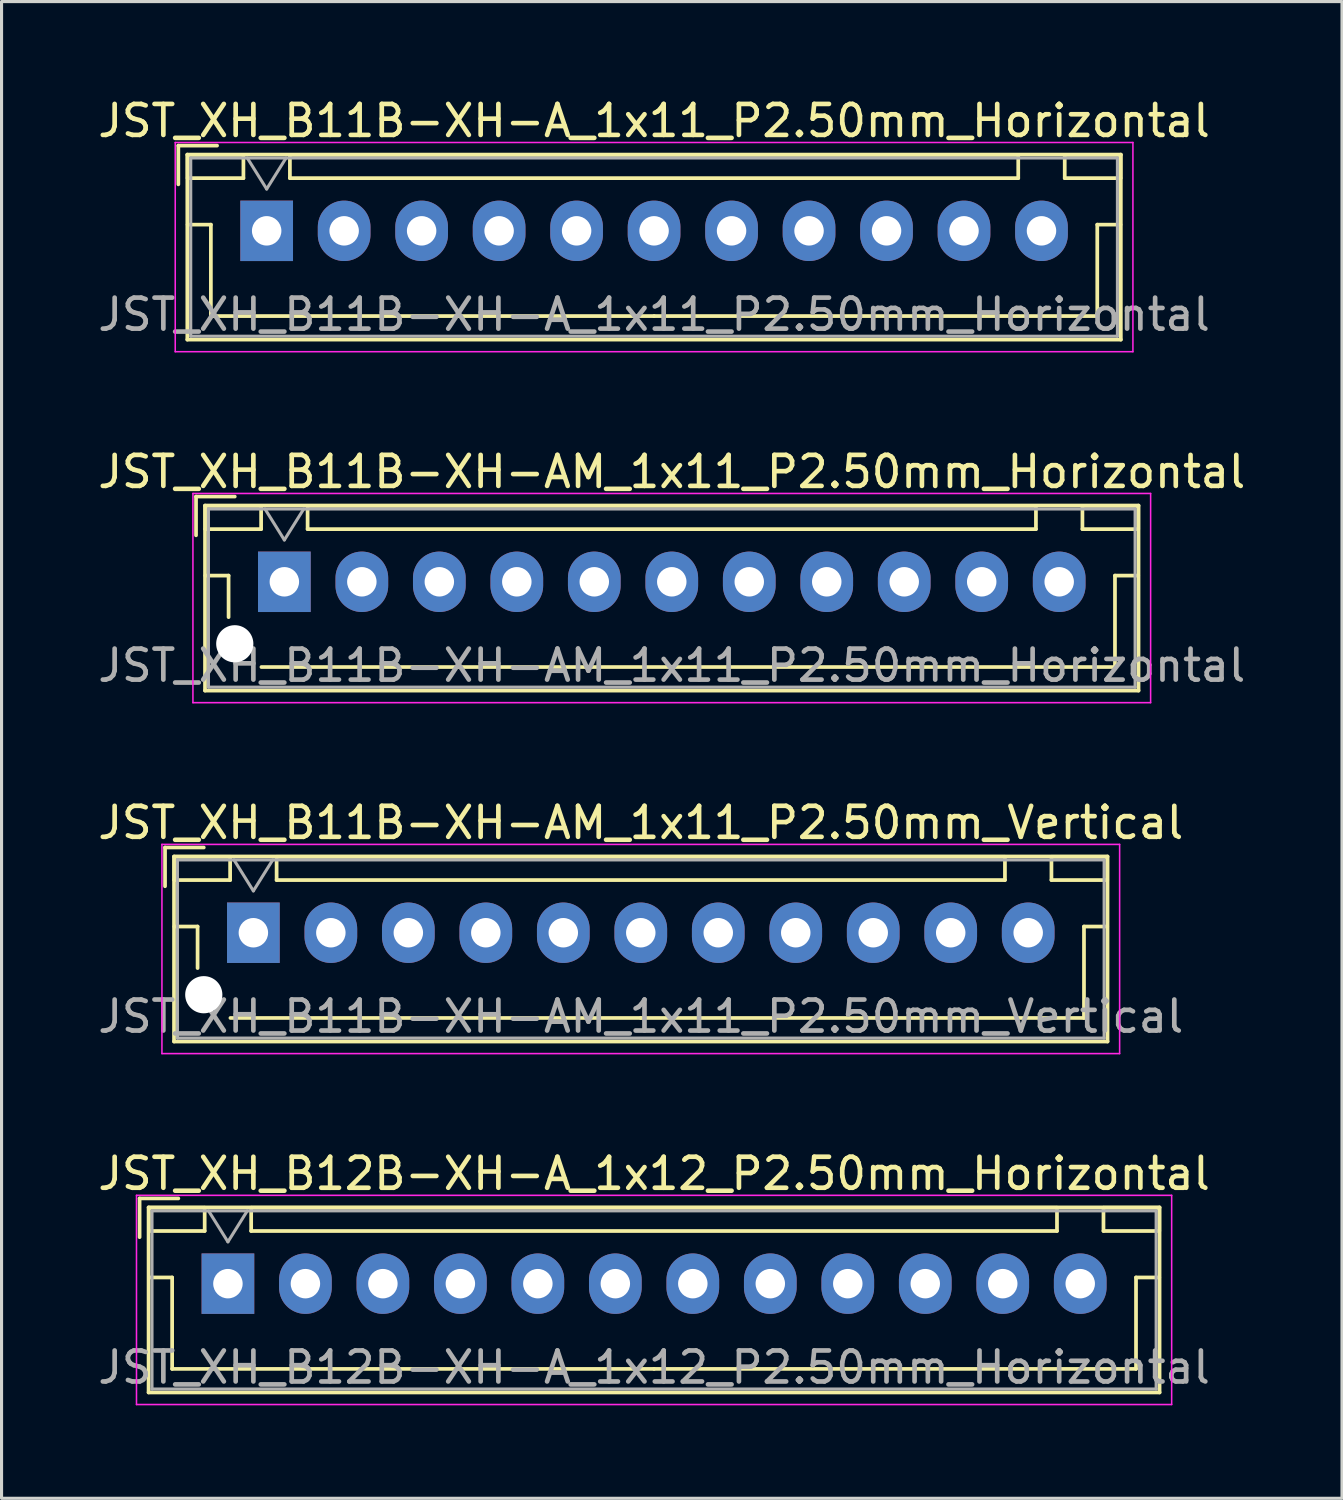
<source format=kicad_pcb>
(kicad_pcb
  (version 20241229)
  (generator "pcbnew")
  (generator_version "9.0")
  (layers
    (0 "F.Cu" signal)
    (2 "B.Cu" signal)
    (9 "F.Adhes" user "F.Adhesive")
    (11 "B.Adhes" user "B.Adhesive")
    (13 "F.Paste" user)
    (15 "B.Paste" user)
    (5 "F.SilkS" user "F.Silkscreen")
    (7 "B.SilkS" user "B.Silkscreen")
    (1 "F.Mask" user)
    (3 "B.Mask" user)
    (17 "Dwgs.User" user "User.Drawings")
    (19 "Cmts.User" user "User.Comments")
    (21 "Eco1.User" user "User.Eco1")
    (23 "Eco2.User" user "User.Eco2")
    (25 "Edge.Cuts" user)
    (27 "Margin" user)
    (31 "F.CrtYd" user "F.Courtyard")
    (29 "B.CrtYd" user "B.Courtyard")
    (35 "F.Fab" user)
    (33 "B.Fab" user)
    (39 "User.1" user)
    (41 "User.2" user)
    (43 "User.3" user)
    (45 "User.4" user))
  (footprint "JST_XH_B11B-XH-AM_1x11_P2.50mm_Vertical"
    (layer "F.Cu")
    (at 5.125 27.045)
    (property "Reference" "JST_XH_B11B-XH-AM_1x11_P2.50mm_Vertical" (at 12.5 -3.55 0) (layer "F.SilkS") (effects (font (size 1 1) (thickness 0.15))))
    (attr through_hole)
    (fp_line (start -2.85 -2.75) (end -2.85 -1.5) (stroke (width 0.12) (type solid)) (layer "F.SilkS"))
    (fp_line (start -2.56 -2.46) (end -2.56 3.51) (stroke (width 0.12) (type solid)) (layer "F.SilkS"))
    (fp_line (start -2.56 3.51) (end 27.56 3.51) (stroke (width 0.12) (type solid)) (layer "F.SilkS"))
    (fp_line (start -2.55 -2.45) (end -2.55 -1.7) (stroke (width 0.12) (type solid)) (layer "F.SilkS"))
    (fp_line (start -2.55 -1.7) (end -0.75 -1.7) (stroke (width 0.12) (type solid)) (layer "F.SilkS"))
    (fp_line (start -2.55 -0.2) (end -1.8 -0.2) (stroke (width 0.12) (type solid)) (layer "F.SilkS"))
    (fp_line (start -1.8 -0.2) (end -1.8 1.14) (stroke (width 0.12) (type solid)) (layer "F.SilkS"))
    (fp_line (start -1.6 -2.75) (end -2.85 -2.75) (stroke (width 0.12) (type solid)) (layer "F.SilkS"))
    (fp_line (start -0.75 -2.45) (end -2.55 -2.45) (stroke (width 0.12) (type solid)) (layer "F.SilkS"))
    (fp_line (start -0.75 -1.7) (end -0.75 -2.45) (stroke (width 0.12) (type solid)) (layer "F.SilkS"))
    (fp_line (start 0.75 -2.45) (end 0.75 -1.7) (stroke (width 0.12) (type solid)) (layer "F.SilkS"))
    (fp_line (start 0.75 -1.7) (end 24.25 -1.7) (stroke (width 0.12) (type solid)) (layer "F.SilkS"))
    (fp_line (start 12.5 2.75) (end -0.74 2.75) (stroke (width 0.12) (type solid)) (layer "F.SilkS"))
    (fp_line (start 24.25 -2.45) (end 0.75 -2.45) (stroke (width 0.12) (type solid)) (layer "F.SilkS"))
    (fp_line (start 24.25 -1.7) (end 24.25 -2.45) (stroke (width 0.12) (type solid)) (layer "F.SilkS"))
    (fp_line (start 25.75 -2.45) (end 25.75 -1.7) (stroke (width 0.12) (type solid)) (layer "F.SilkS"))
    (fp_line (start 25.75 -1.7) (end 27.55 -1.7) (stroke (width 0.12) (type solid)) (layer "F.SilkS"))
    (fp_line (start 26.8 -0.2) (end 26.8 2.75) (stroke (width 0.12) (type solid)) (layer "F.SilkS"))
    (fp_line (start 26.8 2.75) (end 12.5 2.75) (stroke (width 0.12) (type solid)) (layer "F.SilkS"))
    (fp_line (start 27.55 -2.45) (end 25.75 -2.45) (stroke (width 0.12) (type solid)) (layer "F.SilkS"))
    (fp_line (start 27.55 -1.7) (end 27.55 -2.45) (stroke (width 0.12) (type solid)) (layer "F.SilkS"))
    (fp_line (start 27.55 -0.2) (end 26.8 -0.2) (stroke (width 0.12) (type solid)) (layer "F.SilkS"))
    (fp_line (start 27.56 -2.46) (end -2.56 -2.46) (stroke (width 0.12) (type solid)) (layer "F.SilkS"))
    (fp_line (start 27.56 3.51) (end 27.56 -2.46) (stroke (width 0.12) (type solid)) (layer "F.SilkS"))
    (fp_line (start -2.95 -2.85) (end -2.95 3.9) (stroke (width 0.05) (type solid)) (layer "F.CrtYd"))
    (fp_line (start -2.95 3.9) (end 27.95 3.9) (stroke (width 0.05) (type solid)) (layer "F.CrtYd"))
    (fp_line (start 27.95 -2.85) (end -2.95 -2.85) (stroke (width 0.05) (type solid)) (layer "F.CrtYd"))
    (fp_line (start 27.95 3.9) (end 27.95 -2.85) (stroke (width 0.05) (type solid)) (layer "F.CrtYd"))
    (fp_line (start -2.45 -2.35) (end -2.45 3.4) (stroke (width 0.1) (type solid)) (layer "F.Fab"))
    (fp_line (start -2.45 3.4) (end 27.45 3.4) (stroke (width 0.1) (type solid)) (layer "F.Fab"))
    (fp_line (start -0.625 -2.35) (end 0 -1.35) (stroke (width 0.1) (type solid)) (layer "F.Fab"))
    (fp_line (start 0 -1.35) (end 0.625 -2.35) (stroke (width 0.1) (type solid)) (layer "F.Fab"))
    (fp_line (start 27.45 -2.35) (end -2.45 -2.35) (stroke (width 0.1) (type solid)) (layer "F.Fab"))
    (fp_line (start 27.45 3.4) (end 27.45 -2.35) (stroke (width 0.1) (type solid)) (layer "F.Fab"))
    (fp_text user "${REFERENCE}" (at 12.5 2.7 0) (layer "F.Fab") (effects (font (size 1 1) (thickness 0.15))))
    (pad "" np_thru_hole circle (at -1.6 2) (size 1.2 1.2) (drill 1.2) (layers "*.Cu" "*.Mask"))
    (pad "1" thru_hole rect (at 0 0) (size 1.7 1.95) (drill 0.95) (layers "*.Cu" "*.Mask"))
    (pad "2" thru_hole oval (at 2.5 0) (size 1.7 1.95) (drill 0.95) (layers "*.Cu" "*.Mask"))
    (pad "3" thru_hole oval (at 5 0) (size 1.7 1.95) (drill 0.95) (layers "*.Cu" "*.Mask"))
    (pad "4" thru_hole oval (at 7.5 0) (size 1.7 1.95) (drill 0.95) (layers "*.Cu" "*.Mask"))
    (pad "5" thru_hole oval (at 10 0) (size 1.7 1.95) (drill 0.95) (layers "*.Cu" "*.Mask"))
    (pad "6" thru_hole oval (at 12.5 0) (size 1.7 1.95) (drill 0.95) (layers "*.Cu" "*.Mask"))
    (pad "7" thru_hole oval (at 15 0) (size 1.7 1.95) (drill 0.95) (layers "*.Cu" "*.Mask"))
    (pad "8" thru_hole oval (at 17.5 0) (size 1.7 1.95) (drill 0.95) (layers "*.Cu" "*.Mask"))
    (pad "9" thru_hole oval (at 20 0) (size 1.7 1.95) (drill 0.95) (layers "*.Cu" "*.Mask"))
    (pad "10" thru_hole oval (at 22.5 0) (size 1.7 1.95) (drill 0.95) (layers "*.Cu" "*.Mask"))
    (pad "11" thru_hole oval (at 25 0) (size 1.7 1.95) (drill 0.95) (layers "*.Cu" "*.Mask")))
  (footprint "JST_XH_B12B-XH-A_1x12_P2.50mm_Horizontal"
    (layer "F.Cu")
    (at 4.304 38.368)
    (property "Reference" "JST_XH_B12B-XH-A_1x12_P2.50mm_Horizontal" (at 13.75 -3.55 0) (layer "F.SilkS") (effects (font (size 1 1) (thickness 0.15))))
    (attr through_hole)
    (fp_line (start -2.85 -2.75) (end -2.85 -1.5) (stroke (width 0.12) (type solid)) (layer "F.SilkS"))
    (fp_line (start -2.56 -2.46) (end -2.56 3.51) (stroke (width 0.12) (type solid)) (layer "F.SilkS"))
    (fp_line (start -2.56 3.51) (end 30.06 3.51) (stroke (width 0.12) (type solid)) (layer "F.SilkS"))
    (fp_line (start -2.55 -2.45) (end -2.55 -1.7) (stroke (width 0.12) (type solid)) (layer "F.SilkS"))
    (fp_line (start -2.55 -1.7) (end -0.75 -1.7) (stroke (width 0.12) (type solid)) (layer "F.SilkS"))
    (fp_line (start -2.55 -0.2) (end -1.8 -0.2) (stroke (width 0.12) (type solid)) (layer "F.SilkS"))
    (fp_line (start -1.8 -0.2) (end -1.8 2.75) (stroke (width 0.12) (type solid)) (layer "F.SilkS"))
    (fp_line (start -1.8 2.75) (end 13.75 2.75) (stroke (width 0.12) (type solid)) (layer "F.SilkS"))
    (fp_line (start -1.6 -2.75) (end -2.85 -2.75) (stroke (width 0.12) (type solid)) (layer "F.SilkS"))
    (fp_line (start -0.75 -2.45) (end -2.55 -2.45) (stroke (width 0.12) (type solid)) (layer "F.SilkS"))
    (fp_line (start -0.75 -1.7) (end -0.75 -2.45) (stroke (width 0.12) (type solid)) (layer "F.SilkS"))
    (fp_line (start 0.75 -2.45) (end 0.75 -1.7) (stroke (width 0.12) (type solid)) (layer "F.SilkS"))
    (fp_line (start 0.75 -1.7) (end 26.75 -1.7) (stroke (width 0.12) (type solid)) (layer "F.SilkS"))
    (fp_line (start 26.75 -2.45) (end 0.75 -2.45) (stroke (width 0.12) (type solid)) (layer "F.SilkS"))
    (fp_line (start 26.75 -1.7) (end 26.75 -2.45) (stroke (width 0.12) (type solid)) (layer "F.SilkS"))
    (fp_line (start 28.25 -2.45) (end 28.25 -1.7) (stroke (width 0.12) (type solid)) (layer "F.SilkS"))
    (fp_line (start 28.25 -1.7) (end 30.05 -1.7) (stroke (width 0.12) (type solid)) (layer "F.SilkS"))
    (fp_line (start 29.3 -0.2) (end 29.3 2.75) (stroke (width 0.12) (type solid)) (layer "F.SilkS"))
    (fp_line (start 29.3 2.75) (end 13.75 2.75) (stroke (width 0.12) (type solid)) (layer "F.SilkS"))
    (fp_line (start 30.05 -2.45) (end 28.25 -2.45) (stroke (width 0.12) (type solid)) (layer "F.SilkS"))
    (fp_line (start 30.05 -1.7) (end 30.05 -2.45) (stroke (width 0.12) (type solid)) (layer "F.SilkS"))
    (fp_line (start 30.05 -0.2) (end 29.3 -0.2) (stroke (width 0.12) (type solid)) (layer "F.SilkS"))
    (fp_line (start 30.06 -2.46) (end -2.56 -2.46) (stroke (width 0.12) (type solid)) (layer "F.SilkS"))
    (fp_line (start 30.06 3.51) (end 30.06 -2.46) (stroke (width 0.12) (type solid)) (layer "F.SilkS"))
    (fp_line (start -2.95 -2.85) (end -2.95 3.9) (stroke (width 0.05) (type solid)) (layer "F.CrtYd"))
    (fp_line (start -2.95 3.9) (end 30.45 3.9) (stroke (width 0.05) (type solid)) (layer "F.CrtYd"))
    (fp_line (start 30.45 -2.85) (end -2.95 -2.85) (stroke (width 0.05) (type solid)) (layer "F.CrtYd"))
    (fp_line (start 30.45 3.9) (end 30.45 -2.85) (stroke (width 0.05) (type solid)) (layer "F.CrtYd"))
    (fp_line (start -2.45 -2.35) (end -2.45 3.4) (stroke (width 0.1) (type solid)) (layer "F.Fab"))
    (fp_line (start -2.45 3.4) (end 29.95 3.4) (stroke (width 0.1) (type solid)) (layer "F.Fab"))
    (fp_line (start -0.625 -2.35) (end 0 -1.35) (stroke (width 0.1) (type solid)) (layer "F.Fab"))
    (fp_line (start 0 -1.35) (end 0.625 -2.35) (stroke (width 0.1) (type solid)) (layer "F.Fab"))
    (fp_line (start 29.95 -2.35) (end -2.45 -2.35) (stroke (width 0.1) (type solid)) (layer "F.Fab"))
    (fp_line (start 29.95 3.4) (end 29.95 -2.35) (stroke (width 0.1) (type solid)) (layer "F.Fab"))
    (fp_text user "${REFERENCE}" (at 13.75 2.7 0) (layer "F.Fab") (effects (font (size 1 1) (thickness 0.15))))
    (pad "1" thru_hole rect (at 0 0) (size 1.7 1.95) (drill 0.95) (layers "*.Cu" "*.Mask"))
    (pad "2" thru_hole oval (at 2.5 0) (size 1.7 1.95) (drill 0.95) (layers "*.Cu" "*.Mask"))
    (pad "3" thru_hole oval (at 5 0) (size 1.7 1.95) (drill 0.95) (layers "*.Cu" "*.Mask"))
    (pad "4" thru_hole oval (at 7.5 0) (size 1.7 1.95) (drill 0.95) (layers "*.Cu" "*.Mask"))
    (pad "5" thru_hole oval (at 10 0) (size 1.7 1.95) (drill 0.95) (layers "*.Cu" "*.Mask"))
    (pad "6" thru_hole oval (at 12.5 0) (size 1.7 1.95) (drill 0.95) (layers "*.Cu" "*.Mask"))
    (pad "7" thru_hole oval (at 15 0) (size 1.7 1.95) (drill 0.95) (layers "*.Cu" "*.Mask"))
    (pad "8" thru_hole oval (at 17.5 0) (size 1.7 1.95) (drill 0.95) (layers "*.Cu" "*.Mask"))
    (pad "9" thru_hole oval (at 20 0) (size 1.7 1.95) (drill 0.95) (layers "*.Cu" "*.Mask"))
    (pad "10" thru_hole oval (at 22.5 0) (size 1.7 1.95) (drill 0.95) (layers "*.Cu" "*.Mask"))
    (pad "11" thru_hole oval (at 25 0) (size 1.7 1.95) (drill 0.95) (layers "*.Cu" "*.Mask"))
    (pad "12" thru_hole oval (at 27.5 0) (size 1.7 1.95) (drill 0.95) (layers "*.Cu" "*.Mask")))
  (footprint "JST_XH_B11B-XH-AM_1x11_P2.50mm_Horizontal"
    (layer "F.Cu")
    (at 6.125 15.722)
    (property "Reference" "JST_XH_B11B-XH-AM_1x11_P2.50mm_Horizontal" (at 12.5 -3.55 0) (layer "F.SilkS") (effects (font (size 1 1) (thickness 0.15))))
    (attr through_hole)
    (fp_line (start -2.85 -2.75) (end -2.85 -1.5) (stroke (width 0.12) (type solid)) (layer "F.SilkS"))
    (fp_line (start -2.56 -2.46) (end -2.56 3.51) (stroke (width 0.12) (type solid)) (layer "F.SilkS"))
    (fp_line (start -2.56 3.51) (end 27.56 3.51) (stroke (width 0.12) (type solid)) (layer "F.SilkS"))
    (fp_line (start -2.55 -2.45) (end -2.55 -1.7) (stroke (width 0.12) (type solid)) (layer "F.SilkS"))
    (fp_line (start -2.55 -1.7) (end -0.75 -1.7) (stroke (width 0.12) (type solid)) (layer "F.SilkS"))
    (fp_line (start -2.55 -0.2) (end -1.8 -0.2) (stroke (width 0.12) (type solid)) (layer "F.SilkS"))
    (fp_line (start -1.8 -0.2) (end -1.8 1.14) (stroke (width 0.12) (type solid)) (layer "F.SilkS"))
    (fp_line (start -1.6 -2.75) (end -2.85 -2.75) (stroke (width 0.12) (type solid)) (layer "F.SilkS"))
    (fp_line (start -0.75 -2.45) (end -2.55 -2.45) (stroke (width 0.12) (type solid)) (layer "F.SilkS"))
    (fp_line (start -0.75 -1.7) (end -0.75 -2.45) (stroke (width 0.12) (type solid)) (layer "F.SilkS"))
    (fp_line (start 0.75 -2.45) (end 0.75 -1.7) (stroke (width 0.12) (type solid)) (layer "F.SilkS"))
    (fp_line (start 0.75 -1.7) (end 24.25 -1.7) (stroke (width 0.12) (type solid)) (layer "F.SilkS"))
    (fp_line (start 12.5 2.75) (end -0.74 2.75) (stroke (width 0.12) (type solid)) (layer "F.SilkS"))
    (fp_line (start 24.25 -2.45) (end 0.75 -2.45) (stroke (width 0.12) (type solid)) (layer "F.SilkS"))
    (fp_line (start 24.25 -1.7) (end 24.25 -2.45) (stroke (width 0.12) (type solid)) (layer "F.SilkS"))
    (fp_line (start 25.75 -2.45) (end 25.75 -1.7) (stroke (width 0.12) (type solid)) (layer "F.SilkS"))
    (fp_line (start 25.75 -1.7) (end 27.55 -1.7) (stroke (width 0.12) (type solid)) (layer "F.SilkS"))
    (fp_line (start 26.8 -0.2) (end 26.8 2.75) (stroke (width 0.12) (type solid)) (layer "F.SilkS"))
    (fp_line (start 26.8 2.75) (end 12.5 2.75) (stroke (width 0.12) (type solid)) (layer "F.SilkS"))
    (fp_line (start 27.55 -2.45) (end 25.75 -2.45) (stroke (width 0.12) (type solid)) (layer "F.SilkS"))
    (fp_line (start 27.55 -1.7) (end 27.55 -2.45) (stroke (width 0.12) (type solid)) (layer "F.SilkS"))
    (fp_line (start 27.55 -0.2) (end 26.8 -0.2) (stroke (width 0.12) (type solid)) (layer "F.SilkS"))
    (fp_line (start 27.56 -2.46) (end -2.56 -2.46) (stroke (width 0.12) (type solid)) (layer "F.SilkS"))
    (fp_line (start 27.56 3.51) (end 27.56 -2.46) (stroke (width 0.12) (type solid)) (layer "F.SilkS"))
    (fp_line (start -2.95 -2.85) (end -2.95 3.9) (stroke (width 0.05) (type solid)) (layer "F.CrtYd"))
    (fp_line (start -2.95 3.9) (end 27.95 3.9) (stroke (width 0.05) (type solid)) (layer "F.CrtYd"))
    (fp_line (start 27.95 -2.85) (end -2.95 -2.85) (stroke (width 0.05) (type solid)) (layer "F.CrtYd"))
    (fp_line (start 27.95 3.9) (end 27.95 -2.85) (stroke (width 0.05) (type solid)) (layer "F.CrtYd"))
    (fp_line (start -2.45 -2.35) (end -2.45 3.4) (stroke (width 0.1) (type solid)) (layer "F.Fab"))
    (fp_line (start -2.45 3.4) (end 27.45 3.4) (stroke (width 0.1) (type solid)) (layer "F.Fab"))
    (fp_line (start -0.625 -2.35) (end 0 -1.35) (stroke (width 0.1) (type solid)) (layer "F.Fab"))
    (fp_line (start 0 -1.35) (end 0.625 -2.35) (stroke (width 0.1) (type solid)) (layer "F.Fab"))
    (fp_line (start 27.45 -2.35) (end -2.45 -2.35) (stroke (width 0.1) (type solid)) (layer "F.Fab"))
    (fp_line (start 27.45 3.4) (end 27.45 -2.35) (stroke (width 0.1) (type solid)) (layer "F.Fab"))
    (fp_text user "${REFERENCE}" (at 12.5 2.7 0) (layer "F.Fab") (effects (font (size 1 1) (thickness 0.15))))
    (pad "" np_thru_hole circle (at -1.6 2) (size 1.2 1.2) (drill 1.2) (layers "*.Cu" "*.Mask"))
    (pad "1" thru_hole rect (at 0 0) (size 1.7 1.95) (drill 0.95) (layers "*.Cu" "*.Mask"))
    (pad "2" thru_hole oval (at 2.5 0) (size 1.7 1.95) (drill 0.95) (layers "*.Cu" "*.Mask"))
    (pad "3" thru_hole oval (at 5 0) (size 1.7 1.95) (drill 0.95) (layers "*.Cu" "*.Mask"))
    (pad "4" thru_hole oval (at 7.5 0) (size 1.7 1.95) (drill 0.95) (layers "*.Cu" "*.Mask"))
    (pad "5" thru_hole oval (at 10 0) (size 1.7 1.95) (drill 0.95) (layers "*.Cu" "*.Mask"))
    (pad "6" thru_hole oval (at 12.5 0) (size 1.7 1.95) (drill 0.95) (layers "*.Cu" "*.Mask"))
    (pad "7" thru_hole oval (at 15 0) (size 1.7 1.95) (drill 0.95) (layers "*.Cu" "*.Mask"))
    (pad "8" thru_hole oval (at 17.5 0) (size 1.7 1.95) (drill 0.95) (layers "*.Cu" "*.Mask"))
    (pad "9" thru_hole oval (at 20 0) (size 1.7 1.95) (drill 0.95) (layers "*.Cu" "*.Mask"))
    (pad "10" thru_hole oval (at 22.5 0) (size 1.7 1.95) (drill 0.95) (layers "*.Cu" "*.Mask"))
    (pad "11" thru_hole oval (at 25 0) (size 1.7 1.95) (drill 0.95) (layers "*.Cu" "*.Mask")))
  (footprint "JST_XH_B11B-XH-A_1x11_P2.50mm_Horizontal"
    (layer "F.Cu")
    (at 5.554 4.398)
    (property "Reference" "JST_XH_B11B-XH-A_1x11_P2.50mm_Horizontal" (at 12.5 -3.55 0) (layer "F.SilkS") (effects (font (size 1 1) (thickness 0.15))))
    (attr through_hole)
    (fp_line (start -2.85 -2.75) (end -2.85 -1.5) (stroke (width 0.12) (type solid)) (layer "F.SilkS"))
    (fp_line (start -2.56 -2.46) (end -2.56 3.51) (stroke (width 0.12) (type solid)) (layer "F.SilkS"))
    (fp_line (start -2.56 3.51) (end 27.56 3.51) (stroke (width 0.12) (type solid)) (layer "F.SilkS"))
    (fp_line (start -2.55 -2.45) (end -2.55 -1.7) (stroke (width 0.12) (type solid)) (layer "F.SilkS"))
    (fp_line (start -2.55 -1.7) (end -0.75 -1.7) (stroke (width 0.12) (type solid)) (layer "F.SilkS"))
    (fp_line (start -2.55 -0.2) (end -1.8 -0.2) (stroke (width 0.12) (type solid)) (layer "F.SilkS"))
    (fp_line (start -1.8 -0.2) (end -1.8 2.75) (stroke (width 0.12) (type solid)) (layer "F.SilkS"))
    (fp_line (start -1.8 2.75) (end 12.5 2.75) (stroke (width 0.12) (type solid)) (layer "F.SilkS"))
    (fp_line (start -1.6 -2.75) (end -2.85 -2.75) (stroke (width 0.12) (type solid)) (layer "F.SilkS"))
    (fp_line (start -0.75 -2.45) (end -2.55 -2.45) (stroke (width 0.12) (type solid)) (layer "F.SilkS"))
    (fp_line (start -0.75 -1.7) (end -0.75 -2.45) (stroke (width 0.12) (type solid)) (layer "F.SilkS"))
    (fp_line (start 0.75 -2.45) (end 0.75 -1.7) (stroke (width 0.12) (type solid)) (layer "F.SilkS"))
    (fp_line (start 0.75 -1.7) (end 24.25 -1.7) (stroke (width 0.12) (type solid)) (layer "F.SilkS"))
    (fp_line (start 24.25 -2.45) (end 0.75 -2.45) (stroke (width 0.12) (type solid)) (layer "F.SilkS"))
    (fp_line (start 24.25 -1.7) (end 24.25 -2.45) (stroke (width 0.12) (type solid)) (layer "F.SilkS"))
    (fp_line (start 25.75 -2.45) (end 25.75 -1.7) (stroke (width 0.12) (type solid)) (layer "F.SilkS"))
    (fp_line (start 25.75 -1.7) (end 27.55 -1.7) (stroke (width 0.12) (type solid)) (layer "F.SilkS"))
    (fp_line (start 26.8 -0.2) (end 26.8 2.75) (stroke (width 0.12) (type solid)) (layer "F.SilkS"))
    (fp_line (start 26.8 2.75) (end 12.5 2.75) (stroke (width 0.12) (type solid)) (layer "F.SilkS"))
    (fp_line (start 27.55 -2.45) (end 25.75 -2.45) (stroke (width 0.12) (type solid)) (layer "F.SilkS"))
    (fp_line (start 27.55 -1.7) (end 27.55 -2.45) (stroke (width 0.12) (type solid)) (layer "F.SilkS"))
    (fp_line (start 27.55 -0.2) (end 26.8 -0.2) (stroke (width 0.12) (type solid)) (layer "F.SilkS"))
    (fp_line (start 27.56 -2.46) (end -2.56 -2.46) (stroke (width 0.12) (type solid)) (layer "F.SilkS"))
    (fp_line (start 27.56 3.51) (end 27.56 -2.46) (stroke (width 0.12) (type solid)) (layer "F.SilkS"))
    (fp_line (start -2.95 -2.85) (end -2.95 3.9) (stroke (width 0.05) (type solid)) (layer "F.CrtYd"))
    (fp_line (start -2.95 3.9) (end 27.95 3.9) (stroke (width 0.05) (type solid)) (layer "F.CrtYd"))
    (fp_line (start 27.95 -2.85) (end -2.95 -2.85) (stroke (width 0.05) (type solid)) (layer "F.CrtYd"))
    (fp_line (start 27.95 3.9) (end 27.95 -2.85) (stroke (width 0.05) (type solid)) (layer "F.CrtYd"))
    (fp_line (start -2.45 -2.35) (end -2.45 3.4) (stroke (width 0.1) (type solid)) (layer "F.Fab"))
    (fp_line (start -2.45 3.4) (end 27.45 3.4) (stroke (width 0.1) (type solid)) (layer "F.Fab"))
    (fp_line (start -0.625 -2.35) (end 0 -1.35) (stroke (width 0.1) (type solid)) (layer "F.Fab"))
    (fp_line (start 0 -1.35) (end 0.625 -2.35) (stroke (width 0.1) (type solid)) (layer "F.Fab"))
    (fp_line (start 27.45 -2.35) (end -2.45 -2.35) (stroke (width 0.1) (type solid)) (layer "F.Fab"))
    (fp_line (start 27.45 3.4) (end 27.45 -2.35) (stroke (width 0.1) (type solid)) (layer "F.Fab"))
    (fp_text user "${REFERENCE}" (at 12.5 2.7 0) (layer "F.Fab") (effects (font (size 1 1) (thickness 0.15))))
    (pad "1" thru_hole rect (at 0 0) (size 1.7 1.95) (drill 0.95) (layers "*.Cu" "*.Mask"))
    (pad "2" thru_hole oval (at 2.5 0) (size 1.7 1.95) (drill 0.95) (layers "*.Cu" "*.Mask"))
    (pad "3" thru_hole oval (at 5 0) (size 1.7 1.95) (drill 0.95) (layers "*.Cu" "*.Mask"))
    (pad "4" thru_hole oval (at 7.5 0) (size 1.7 1.95) (drill 0.95) (layers "*.Cu" "*.Mask"))
    (pad "5" thru_hole oval (at 10 0) (size 1.7 1.95) (drill 0.95) (layers "*.Cu" "*.Mask"))
    (pad "6" thru_hole oval (at 12.5 0) (size 1.7 1.95) (drill 0.95) (layers "*.Cu" "*.Mask"))
    (pad "7" thru_hole oval (at 15 0) (size 1.7 1.95) (drill 0.95) (layers "*.Cu" "*.Mask"))
    (pad "8" thru_hole oval (at 17.5 0) (size 1.7 1.95) (drill 0.95) (layers "*.Cu" "*.Mask"))
    (pad "9" thru_hole oval (at 20 0) (size 1.7 1.95) (drill 0.95) (layers "*.Cu" "*.Mask"))
    (pad "10" thru_hole oval (at 22.5 0) (size 1.7 1.95) (drill 0.95) (layers "*.Cu" "*.Mask"))
    (pad "11" thru_hole oval (at 25 0) (size 1.7 1.95) (drill 0.95) (layers "*.Cu" "*.Mask")))
  (gr_rect
    (start -3 -3)
    (end 40.25 45.293)
    (stroke (width 0.1) (type default))
    (fill no)
    (layer "Edge.Cuts")))
</source>
